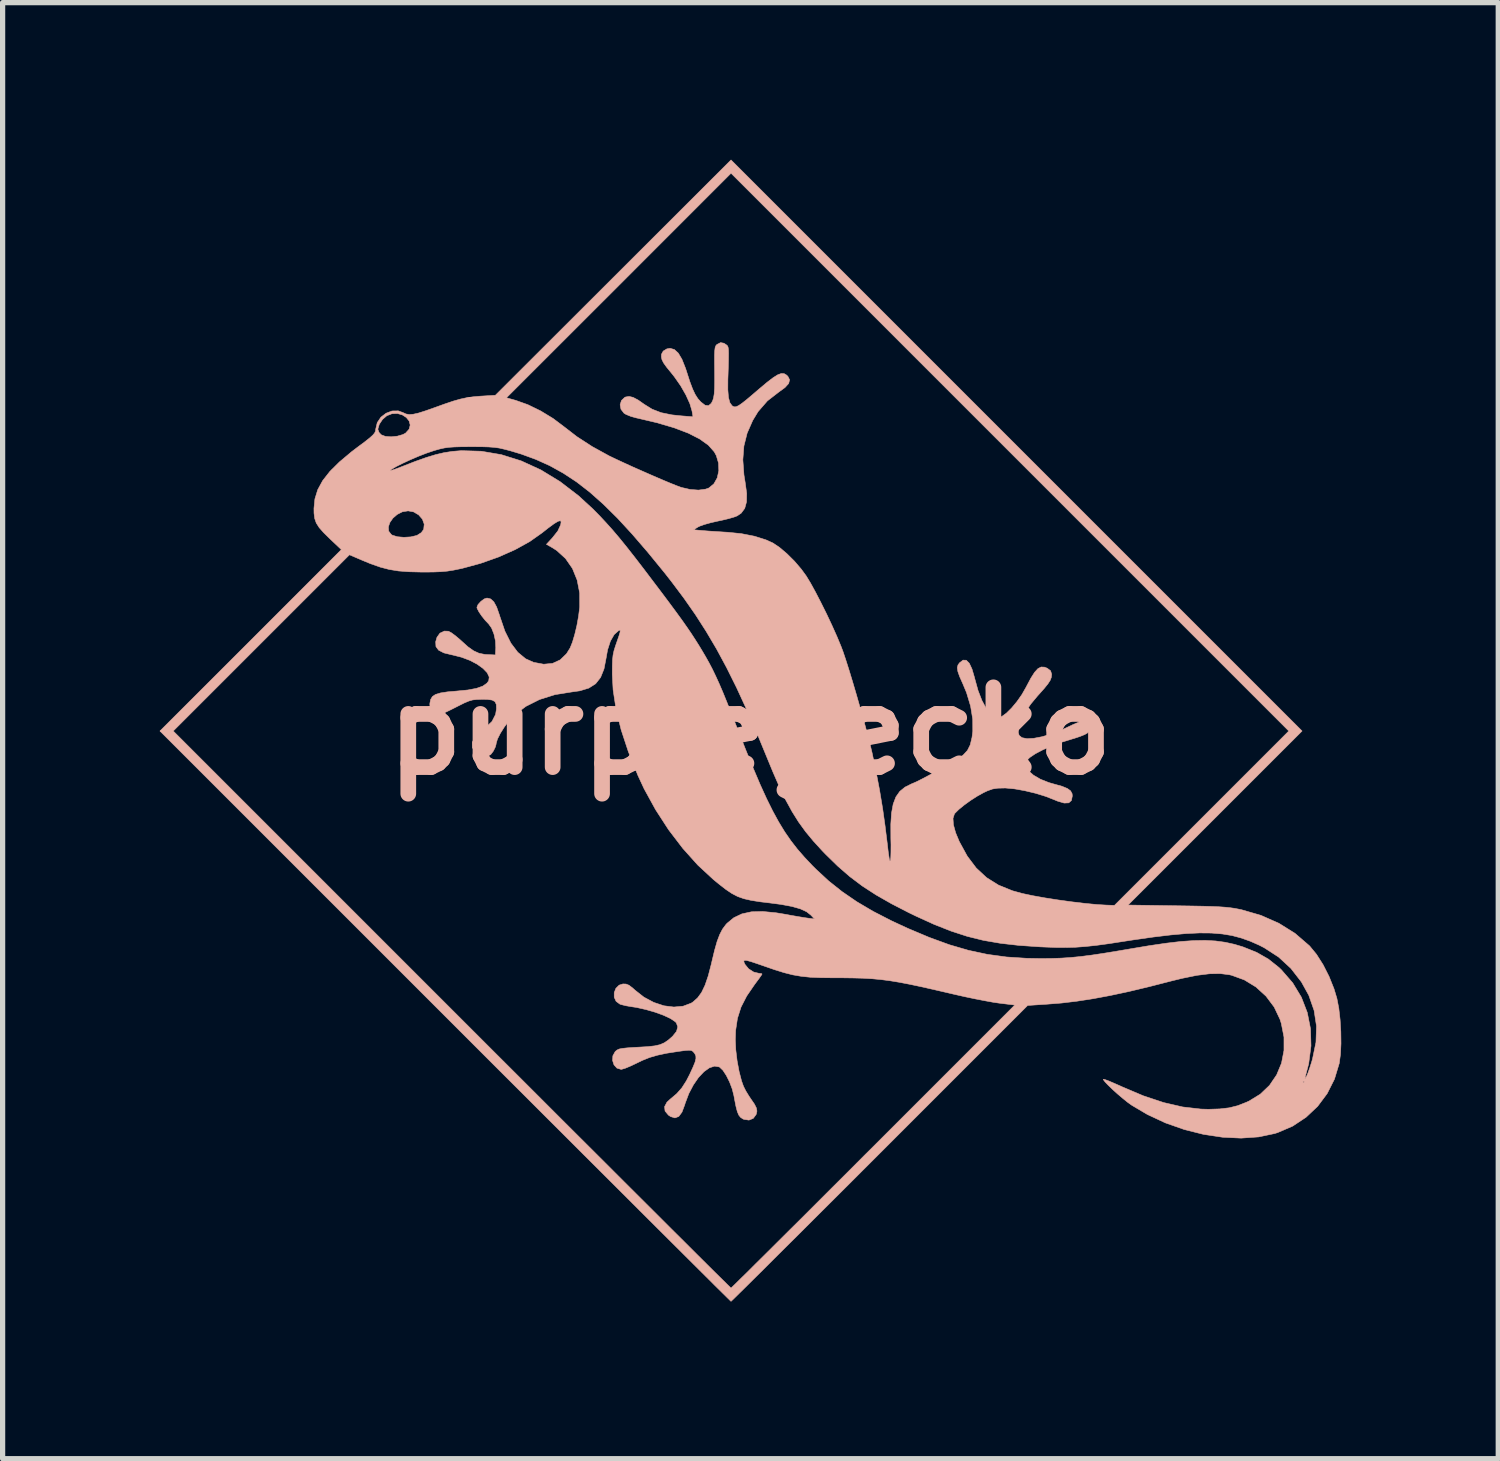
<source format=kicad_pcb>
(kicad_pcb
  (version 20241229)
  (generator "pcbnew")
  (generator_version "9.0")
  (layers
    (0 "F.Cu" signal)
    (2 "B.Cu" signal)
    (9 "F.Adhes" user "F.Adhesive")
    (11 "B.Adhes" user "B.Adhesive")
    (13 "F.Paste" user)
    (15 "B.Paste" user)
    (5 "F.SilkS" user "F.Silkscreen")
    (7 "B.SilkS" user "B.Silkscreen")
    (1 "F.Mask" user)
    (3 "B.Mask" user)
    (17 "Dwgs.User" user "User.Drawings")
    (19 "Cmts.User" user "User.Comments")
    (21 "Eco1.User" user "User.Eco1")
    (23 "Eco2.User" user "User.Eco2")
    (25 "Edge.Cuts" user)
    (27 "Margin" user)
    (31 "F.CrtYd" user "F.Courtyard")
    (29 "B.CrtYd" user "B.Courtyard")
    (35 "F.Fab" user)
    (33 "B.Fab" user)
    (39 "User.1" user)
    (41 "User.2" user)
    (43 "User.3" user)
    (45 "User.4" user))
  (footprint "purplegecko"
    (layer "F.Cu")
    (at 11.28 10.913)
    (property "Reference" "purplegecko" (at 0 0 0) (layer "B.SilkS") (effects (font (size 1.524 1.524) (thickness 0.3))))
    (attr through_hole)
    (fp_poly (pts (xy 5.087 -5.454) (xy 10.541 -0.00008) (xy 7.217 3.324) (xy 8.159 3.338) (xy 8.424 3.342) (xy 8.639 3.346) (xy 8.814 3.351) (xy 8.954 3.357) (xy 9.069 3.365) (xy 9.165 3.375) (xy 9.251 3.387) (xy 9.333 3.403) (xy 9.383 3.413) (xy 9.755 3.521) (xy 10.097 3.672) (xy 10.405 3.864) (xy 10.674 4.096) (xy 10.685 4.106) (xy 10.816 4.265) (xy 10.943 4.465) (xy 11.057 4.69) (xy 11.151 4.925) (xy 11.206 5.108) (xy 11.242 5.295) (xy 11.267 5.513) (xy 11.281 5.743) (xy 11.284 5.97) (xy 11.274 6.176) (xy 11.251 6.345) (xy 11.25 6.35) (xy 11.159 6.65) (xy 11.02 6.925) (xy 10.838 7.169) (xy 10.616 7.378) (xy 10.361 7.547) (xy 10.075 7.67) (xy 10.019 7.688) (xy 9.711 7.753) (xy 9.376 7.776) (xy 9.022 7.759) (xy 8.657 7.704) (xy 8.291 7.612) (xy 7.93 7.485) (xy 7.585 7.324) (xy 7.289 7.149) (xy 7.209 7.092) (xy 7.115 7.016) (xy 7.016 6.932) (xy 6.921 6.846) (xy 6.838 6.766) (xy 6.777 6.702) (xy 6.746 6.661) (xy 6.745 6.651) (xy 6.774 6.657) (xy 6.845 6.683) (xy 6.946 6.726) (xy 7.069 6.78) (xy 7.094 6.792) (xy 7.509 6.968) (xy 7.897 7.097) (xy 8.262 7.181) (xy 8.609 7.221) (xy 8.751 7.225) (xy 8.968 7.218) (xy 9.148 7.197) (xy 9.312 7.156) (xy 9.477 7.091) (xy 9.528 7.068) (xy 9.743 6.936) (xy 9.919 6.768) (xy 9.963 6.703) (xy 10.555 6.703) (xy 10.569 6.717) (xy 10.583 6.703) (xy 10.569 6.689) (xy 10.555 6.703) (xy 9.963 6.703) (xy 10.055 6.568) (xy 10.148 6.344) (xy 10.195 6.101) (xy 10.195 5.846) (xy 10.144 5.586) (xy 10.119 5.507) (xy 10.008 5.273) (xy 9.852 5.065) (xy 9.659 4.889) (xy 9.438 4.754) (xy 9.197 4.666) (xy 9.15 4.655) (xy 8.974 4.633) (xy 8.769 4.637) (xy 8.529 4.667) (xy 8.25 4.724) (xy 8.057 4.771) (xy 7.62 4.883) (xy 7.227 4.977) (xy 6.871 5.053) (xy 6.544 5.114) (xy 6.238 5.161) (xy 5.945 5.196) (xy 5.666 5.218) (xy 5.299 5.242) (xy 2.473 8.068) (xy 2.14 8.401) (xy 1.819 8.722) (xy 1.51 9.03) (xy 1.217 9.322) (xy 0.942 9.597) (xy 0.686 9.851) (xy 0.453 10.083) (xy 0.245 10.291) (xy 0.063 10.471) (xy -0.09 10.623) (xy -0.212 10.743) (xy -0.3 10.83) (xy -0.352 10.88) (xy -0.367 10.894) (xy -0.388 10.874) (xy -0.447 10.816) (xy -0.543 10.721) (xy -0.674 10.592) (xy -0.838 10.428) (xy -1.034 10.233) (xy -1.26 10.008) (xy -1.515 9.754) (xy -1.797 9.473) (xy -2.104 9.167) (xy -2.434 8.837) (xy -2.787 8.485) (xy -3.16 8.113) (xy -3.552 7.721) (xy -3.962 7.312) (xy -4.386 6.888) (xy -4.825 6.45) (xy -5.276 5.999) (xy -5.738 5.537) (xy -5.828 5.447) (xy -11.275 0.000059) (xy -11.275 0.000002) (xy -11.021 0.000002) (xy -5.701 5.32) (xy -5.243 5.778) (xy -4.795 6.226) (xy -4.359 6.661) (xy -3.937 7.083) (xy -3.531 7.489) (xy -3.141 7.878) (xy -2.77 8.248) (xy -2.419 8.599) (xy -2.09 8.927) (xy -1.785 9.231) (xy -1.505 9.511) (xy -1.251 9.763) (xy -1.027 9.987) (xy -0.832 10.181) (xy -0.669 10.343) (xy -0.539 10.471) (xy -0.444 10.565) (xy -0.386 10.621) (xy -0.367 10.64) (xy -0.346 10.62) (xy -0.287 10.563) (xy -0.193 10.47) (xy -0.065 10.345) (xy 0.092 10.188) (xy 0.278 10.004) (xy 0.49 9.793) (xy 0.726 9.558) (xy 0.984 9.302) (xy 1.26 9.026) (xy 1.553 8.733) (xy 1.861 8.426) (xy 2.18 8.106) (xy 2.35 7.937) (xy 5.053 5.234) (xy 4.763 5.199) (xy 4.646 5.182) (xy 4.487 5.153) (xy 4.3 5.117) (xy 4.1 5.075) (xy 3.9 5.03) (xy 3.866 5.022) (xy 3.552 4.949) (xy 3.284 4.888) (xy 3.053 4.839) (xy 2.851 4.8) (xy 2.669 4.77) (xy 2.499 4.748) (xy 2.33 4.732) (xy 2.156 4.722) (xy 1.967 4.717) (xy 1.755 4.714) (xy 1.586 4.714) (xy 1.346 4.711) (xy 1.146 4.703) (xy 0.973 4.685) (xy 0.811 4.657) (xy 0.645 4.615) (xy 0.459 4.557) (xy 0.295 4.5) (xy 0.13 4.443) (xy 0.013 4.404) (xy -0.065 4.383) (xy -0.108 4.379) (xy -0.123 4.392) (xy -0.117 4.422) (xy -0.099 4.459) (xy -0.031 4.542) (xy 0.066 4.604) (xy 0.166 4.628) (xy 0.168 4.628) (xy 0.215 4.634) (xy 0.226 4.641) (xy 0.21 4.668) (xy 0.168 4.728) (xy 0.107 4.81) (xy 0.084 4.841) (xy -0.068 5.063) (xy -0.176 5.274) (xy -0.244 5.488) (xy -0.279 5.721) (xy -0.285 5.898) (xy -0.276 6.089) (xy -0.251 6.297) (xy -0.213 6.501) (xy -0.166 6.683) (xy -0.129 6.786) (xy -0.086 6.872) (xy -0.025 6.972) (xy 0.009 7.023) (xy 0.08 7.126) (xy 0.117 7.2) (xy 0.128 7.26) (xy 0.115 7.318) (xy 0.113 7.324) (xy 0.058 7.399) (xy -0.024 7.432) (xy -0.12 7.418) (xy -0.142 7.408) (xy -0.185 7.379) (xy -0.219 7.336) (xy -0.247 7.269) (xy -0.273 7.169) (xy -0.301 7.026) (xy -0.311 6.969) (xy -0.344 6.837) (xy -0.395 6.703) (xy -0.457 6.579) (xy -0.522 6.48) (xy -0.585 6.42) (xy -0.592 6.416) (xy -0.681 6.401) (xy -0.78 6.433) (xy -0.885 6.508) (xy -0.989 6.619) (xy -1.086 6.76) (xy -1.173 6.925) (xy -1.242 7.108) (xy -1.252 7.142) (xy -1.304 7.28) (xy -1.365 7.362) (xy -1.438 7.39) (xy -1.522 7.364) (xy -1.563 7.336) (xy -1.627 7.259) (xy -1.636 7.175) (xy -1.591 7.09) (xy -1.533 7.036) (xy -1.405 6.928) (xy -1.306 6.816) (xy -1.22 6.682) (xy -1.158 6.562) (xy -1.094 6.423) (xy -1.054 6.325) (xy -1.037 6.255) (xy -1.039 6.205) (xy -1.059 6.163) (xy -1.072 6.146) (xy -1.097 6.118) (xy -1.126 6.102) (xy -1.169 6.097) (xy -1.241 6.102) (xy -1.352 6.117) (xy -1.386 6.122) (xy -1.599 6.155) (xy -1.771 6.192) (xy -1.92 6.235) (xy -2.06 6.291) (xy -2.182 6.35) (xy -2.29 6.401) (xy -2.386 6.441) (xy -2.453 6.461) (xy -2.467 6.463) (xy -2.546 6.439) (xy -2.602 6.377) (xy -2.629 6.294) (xy -2.624 6.204) (xy -2.58 6.124) (xy -2.574 6.118) (xy -2.543 6.093) (xy -2.503 6.074) (xy -2.442 6.062) (xy -2.349 6.052) (xy -2.216 6.043) (xy -2.139 6.039) (xy -1.961 6.029) (xy -1.827 6.014) (xy -1.724 5.991) (xy -1.641 5.955) (xy -1.566 5.904) (xy -1.485 5.833) (xy -1.484 5.832) (xy -1.408 5.738) (xy -1.384 5.65) (xy -1.412 5.574) (xy -1.432 5.553) (xy -1.522 5.492) (xy -1.655 5.43) (xy -1.817 5.371) (xy -1.994 5.32) (xy -2.172 5.28) (xy -2.272 5.265) (xy -2.372 5.248) (xy -2.461 5.226) (xy -2.489 5.217) (xy -2.562 5.163) (xy -2.598 5.085) (xy -2.598 4.997) (xy -2.566 4.915) (xy -2.504 4.854) (xy -2.432 4.831) (xy -2.372 4.833) (xy -2.315 4.856) (xy -2.246 4.909) (xy -2.203 4.948) (xy -2.03 5.084) (xy -1.842 5.184) (xy -1.649 5.248) (xy -1.459 5.272) (xy -1.282 5.256) (xy -1.128 5.198) (xy -1.093 5.175) (xy -1.005 5.097) (xy -0.929 4.993) (xy -0.863 4.855) (xy -0.802 4.677) (xy -0.743 4.45) (xy -0.733 4.406) (xy -0.681 4.189) (xy -0.633 4.02) (xy -0.583 3.888) (xy -0.53 3.785) (xy -0.468 3.701) (xy -0.443 3.673) (xy -0.313 3.566) (xy -0.16 3.493) (xy 0.023 3.453) (xy 0.239 3.447) (xy 0.495 3.472) (xy 0.635 3.495) (xy 0.778 3.521) (xy 0.916 3.545) (xy 1.031 3.564) (xy 1.087 3.572) (xy 1.228 3.591) (xy 1.16 3.518) (xy 1.077 3.452) (xy 0.958 3.397) (xy 0.797 3.351) (xy 0.588 3.312) (xy 0.405 3.288) (xy 0.19 3.262) (xy 0.019 3.235) (xy -0.121 3.203) (xy -0.24 3.161) (xy -0.351 3.103) (xy -0.467 3.025) (xy -0.599 2.922) (xy -0.705 2.835) (xy -1.001 2.561) (xy -1.288 2.241) (xy -1.56 1.885) (xy -1.808 1.502) (xy -2.027 1.103) (xy -2.146 0.847) (xy -2.328 0.395) (xy -2.466 -0.024) (xy -2.563 -0.417) (xy -2.619 -0.785) (xy -2.635 -1.087) (xy -2.634 -1.243) (xy -2.63 -1.359) (xy -2.62 -1.451) (xy -2.602 -1.535) (xy -2.573 -1.628) (xy -2.548 -1.7) (xy -2.508 -1.815) (xy -2.487 -1.885) (xy -2.483 -1.92) (xy -2.496 -1.926) (xy -2.512 -1.919) (xy -2.599 -1.842) (xy -2.671 -1.717) (xy -2.725 -1.55) (xy -2.752 -1.397) (xy -2.793 -1.186) (xy -2.858 -1.024) (xy -2.953 -0.903) (xy -3.083 -0.82) (xy -3.254 -0.768) (xy -3.404 -0.747) (xy -3.728 -0.695) (xy -4.024 -0.602) (xy -4.285 -0.471) (xy -4.506 -0.303) (xy -4.521 -0.289) (xy -4.611 -0.191) (xy -4.698 -0.075) (xy -4.773 0.044) (xy -4.828 0.153) (xy -4.853 0.238) (xy -4.854 0.251) (xy -4.868 0.304) (xy -4.903 0.376) (xy -4.91 0.388) (xy -4.958 0.451) (xy -5.015 0.476) (xy -5.075 0.48) (xy -5.174 0.464) (xy -5.249 0.409) (xy -5.307 0.316) (xy -5.309 0.217) (xy -5.256 0.113) (xy -5.147 0.002) (xy -5.053 -0.069) (xy -4.933 -0.182) (xy -4.864 -0.317) (xy -4.847 -0.423) (xy -4.85 -0.507) (xy -4.875 -0.561) (xy -4.93 -0.591) (xy -5.024 -0.604) (xy -5.126 -0.605) (xy -5.223 -0.602) (xy -5.3 -0.594) (xy -5.374 -0.573) (xy -5.46 -0.537) (xy -5.574 -0.48) (xy -5.619 -0.457) (xy -5.736 -0.398) (xy -5.836 -0.35) (xy -5.908 -0.32) (xy -5.938 -0.31) (xy -5.985 -0.327) (xy -6.047 -0.367) (xy -6.051 -0.37) (xy -6.105 -0.427) (xy -6.12 -0.495) (xy -6.119 -0.53) (xy -6.104 -0.603) (xy -6.071 -0.658) (xy -6.012 -0.698) (xy -5.918 -0.727) (xy -5.782 -0.748) (xy -5.608 -0.763) (xy -5.393 -0.784) (xy -5.229 -0.815) (xy -5.11 -0.857) (xy -5.03 -0.913) (xy -4.995 -0.96) (xy -4.986 -1.032) (xy -5.024 -1.113) (xy -5.103 -1.195) (xy -5.215 -1.276) (xy -5.354 -1.349) (xy -5.513 -1.409) (xy -5.683 -1.452) (xy -5.699 -1.455) (xy -5.851 -1.492) (xy -5.952 -1.544) (xy -6.003 -1.613) (xy -6.008 -1.705) (xy -5.984 -1.789) (xy -5.927 -1.869) (xy -5.841 -1.909) (xy -5.765 -1.906) (xy -5.711 -1.878) (xy -5.633 -1.821) (xy -5.544 -1.746) (xy -5.52 -1.724) (xy -5.391 -1.608) (xy -5.282 -1.531) (xy -5.18 -1.485) (xy -5.07 -1.463) (xy -5.016 -1.46) (xy -4.868 -1.453) (xy -4.86 -1.589) (xy -4.866 -1.719) (xy -4.895 -1.852) (xy -4.941 -1.968) (xy -4.999 -2.049) (xy -5.001 -2.05) (xy -5.062 -2.114) (xy -5.126 -2.194) (xy -5.181 -2.274) (xy -5.215 -2.339) (xy -5.221 -2.362) (xy -5.199 -2.416) (xy -5.145 -2.475) (xy -5.081 -2.523) (xy -5.028 -2.54) (xy -4.958 -2.523) (xy -4.898 -2.468) (xy -4.844 -2.369) (xy -4.792 -2.22) (xy -4.782 -2.188) (xy -4.686 -1.907) (xy -4.572 -1.679) (xy -4.44 -1.504) (xy -4.29 -1.38) (xy -4.138 -1.312) (xy -3.945 -1.276) (xy -3.775 -1.292) (xy -3.63 -1.359) (xy -3.509 -1.476) (xy -3.44 -1.587) (xy -3.396 -1.696) (xy -3.352 -1.844) (xy -3.311 -2.015) (xy -3.279 -2.193) (xy -3.258 -2.36) (xy -3.257 -2.371) (xy -3.258 -2.637) (xy -3.306 -2.883) (xy -3.396 -3.105) (xy -3.528 -3.295) (xy -3.697 -3.449) (xy -3.784 -3.504) (xy -3.893 -3.566) (xy -3.78 -3.688) (xy -3.675 -3.821) (xy -3.621 -3.938) (xy -3.612 -3.996) (xy -3.626 -4.017) (xy -3.671 -4.006) (xy -3.747 -3.96) (xy -3.86 -3.877) (xy -3.979 -3.783) (xy -4.213 -3.618) (xy -4.492 -3.464) (xy -4.807 -3.324) (xy -5.146 -3.204) (xy -5.498 -3.108) (xy -5.535 -3.1) (xy -5.666 -3.073) (xy -5.786 -3.054) (xy -5.912 -3.043) (xy -6.059 -3.037) (xy -6.245 -3.036) (xy -6.279 -3.036) (xy -6.518 -3.042) (xy -6.718 -3.057) (xy -6.896 -3.086) (xy -7.068 -3.131) (xy -7.253 -3.196) (xy -7.415 -3.263) (xy -7.655 -3.366) (xy -11.021 0.000002) (xy -11.275 0.000002) (xy -9.542 -1.732) (xy -7.81 -3.465) (xy -8.028 -3.671) (xy -8.15 -3.791) (xy -8.235 -3.888) (xy -8.241 -3.898) (xy -6.912 -3.898) (xy -6.906 -3.818) (xy -6.858 -3.755) (xy -6.837 -3.741) (xy -6.741 -3.711) (xy -6.616 -3.7) (xy -6.484 -3.708) (xy -6.371 -3.735) (xy -6.363 -3.738) (xy -6.283 -3.789) (xy -6.237 -3.852) (xy -6.227 -3.951) (xy -6.262 -4.047) (xy -6.334 -4.129) (xy -6.431 -4.186) (xy -6.535 -4.205) (xy -6.645 -4.187) (xy -6.743 -4.137) (xy -6.825 -4.066) (xy -6.883 -3.983) (xy -6.912 -3.898) (xy -8.241 -3.898) (xy -8.289 -3.973) (xy -8.319 -4.06) (xy -8.332 -4.161) (xy -8.333 -4.253) (xy -8.315 -4.434) (xy -8.261 -4.609) (xy -8.167 -4.782) (xy -8.03 -4.957) (xy -8.003 -4.984) (xy -6.872 -4.984) (xy -6.871 -4.976) (xy -6.826 -4.987) (xy -6.745 -5.015) (xy -6.647 -5.053) (xy -6.398 -5.15) (xy -6.189 -5.224) (xy -6.009 -5.279) (xy -5.847 -5.317) (xy -5.691 -5.341) (xy -5.532 -5.354) (xy -5.517 -5.355) (xy -5.136 -5.344) (xy -4.755 -5.279) (xy -4.375 -5.16) (xy -4 -4.988) (xy -3.634 -4.765) (xy -3.279 -4.493) (xy -3.005 -4.241) (xy -2.876 -4.11) (xy -2.754 -3.979) (xy -2.63 -3.841) (xy -2.501 -3.689) (xy -2.36 -3.515) (xy -2.202 -3.314) (xy -2.02 -3.077) (xy -1.902 -2.921) (xy -1.712 -2.67) (xy -1.553 -2.458) (xy -1.419 -2.277) (xy -1.307 -2.123) (xy -1.212 -1.988) (xy -1.129 -1.867) (xy -1.055 -1.753) (xy -0.984 -1.641) (xy -0.93 -1.552) (xy -0.855 -1.425) (xy -0.787 -1.304) (xy -0.723 -1.182) (xy -0.66 -1.051) (xy -0.593 -0.904) (xy -0.52 -0.734) (xy -0.438 -0.532) (xy -0.342 -0.292) (xy -0.239 -0.028) (xy -0.082 0.369) (xy 0.06 0.717) (xy 0.19 1.023) (xy 0.312 1.291) (xy 0.429 1.527) (xy 0.543 1.736) (xy 0.657 1.923) (xy 0.775 2.094) (xy 0.9 2.255) (xy 1.034 2.409) (xy 1.18 2.564) (xy 1.255 2.639) (xy 1.498 2.864) (xy 1.756 3.069) (xy 2.036 3.261) (xy 2.348 3.445) (xy 2.7 3.626) (xy 3.006 3.768) (xy 3.419 3.942) (xy 3.803 4.082) (xy 4.169 4.189) (xy 4.529 4.266) (xy 4.895 4.316) (xy 5.279 4.341) (xy 5.556 4.346) (xy 5.752 4.344) (xy 5.937 4.338) (xy 6.12 4.326) (xy 6.313 4.307) (xy 6.524 4.28) (xy 6.763 4.244) (xy 7.042 4.198) (xy 7.253 4.162) (xy 7.623 4.1) (xy 7.944 4.053) (xy 8.225 4.02) (xy 8.471 4.003) (xy 8.69 3.999) (xy 8.888 4.01) (xy 9.072 4.035) (xy 9.248 4.074) (xy 9.411 4.123) (xy 9.673 4.228) (xy 9.897 4.356) (xy 10.098 4.516) (xy 10.146 4.562) (xy 10.362 4.811) (xy 10.527 5.084) (xy 10.64 5.377) (xy 10.702 5.688) (xy 10.711 6.015) (xy 10.667 6.354) (xy 10.598 6.618) (xy 10.594 6.642) (xy 10.614 6.616) (xy 10.622 6.603) (xy 10.648 6.545) (xy 10.683 6.448) (xy 10.721 6.33) (xy 10.74 6.264) (xy 10.806 5.945) (xy 10.816 5.636) (xy 10.77 5.337) (xy 10.669 5.048) (xy 10.528 4.793) (xy 10.327 4.534) (xy 10.093 4.318) (xy 9.818 4.14) (xy 9.723 4.091) (xy 9.551 4.015) (xy 9.38 3.954) (xy 9.204 3.907) (xy 9.016 3.876) (xy 8.81 3.859) (xy 8.582 3.857) (xy 8.325 3.869) (xy 8.033 3.895) (xy 7.7 3.935) (xy 7.322 3.989) (xy 7.126 4.019) (xy 6.848 4.062) (xy 6.612 4.094) (xy 6.405 4.116) (xy 6.216 4.13) (xy 6.03 4.135) (xy 5.835 4.134) (xy 5.619 4.126) (xy 5.529 4.122) (xy 5.135 4.095) (xy 4.782 4.055) (xy 4.456 3.999) (xy 4.145 3.922) (xy 3.835 3.821) (xy 3.513 3.694) (xy 3.164 3.535) (xy 3.034 3.472) (xy 2.696 3.298) (xy 2.402 3.13) (xy 2.14 2.96) (xy 1.9 2.779) (xy 1.67 2.579) (xy 1.439 2.353) (xy 1.378 2.29) (xy 1.208 2.104) (xy 1.058 1.923) (xy 0.924 1.738) (xy 0.8 1.54) (xy 0.68 1.321) (xy 0.56 1.072) (xy 0.434 0.783) (xy 0.338 0.55) (xy 0.13 0.045) (xy -0.069 -0.412) (xy -0.261 -0.829) (xy -0.451 -1.211) (xy -0.643 -1.567) (xy -0.841 -1.902) (xy -1.047 -2.223) (xy -1.267 -2.538) (xy -1.504 -2.854) (xy -1.634 -3.02) (xy -1.956 -3.414) (xy -2.255 -3.761) (xy -2.536 -4.066) (xy -2.804 -4.331) (xy -3.063 -4.561) (xy -3.317 -4.758) (xy -3.571 -4.925) (xy -3.829 -5.068) (xy -4.095 -5.188) (xy -4.374 -5.29) (xy -4.587 -5.354) (xy -4.699 -5.383) (xy -4.795 -5.405) (xy -4.889 -5.418) (xy -4.996 -5.426) (xy -5.128 -5.43) (xy -5.301 -5.431) (xy -5.334 -5.431) (xy -5.513 -5.43) (xy -5.649 -5.426) (xy -5.755 -5.419) (xy -5.845 -5.406) (xy -5.931 -5.387) (xy -6.027 -5.36) (xy -6.052 -5.352) (xy -6.185 -5.307) (xy -6.337 -5.248) (xy -6.493 -5.181) (xy -6.64 -5.113) (xy -6.765 -5.05) (xy -6.854 -4.997) (xy -6.872 -4.984) (xy -8.003 -4.984) (xy -7.847 -5.139) (xy -7.616 -5.333) (xy -7.494 -5.426) (xy -7.362 -5.524) (xy -7.27 -5.597) (xy -7.21 -5.651) (xy -7.175 -5.692) (xy -7.158 -5.729) (xy -7.154 -5.762) (xy -7.112 -5.762) (xy -7.09 -5.703) (xy -7.048 -5.658) (xy -6.969 -5.628) (xy -6.859 -5.62) (xy -6.741 -5.632) (xy -6.634 -5.663) (xy -6.582 -5.691) (xy -6.515 -5.766) (xy -6.495 -5.845) (xy -6.515 -5.921) (xy -6.568 -5.988) (xy -6.645 -6.038) (xy -6.739 -6.065) (xy -6.842 -6.061) (xy -6.942 -6.022) (xy -7.023 -5.952) (xy -7.085 -5.86) (xy -7.112 -5.769) (xy -7.112 -5.762) (xy -7.154 -5.762) (xy -7.153 -5.768) (xy -7.153 -5.769) (xy -7.124 -5.891) (xy -7.055 -5.994) (xy -6.956 -6.07) (xy -6.842 -6.113) (xy -6.722 -6.115) (xy -6.632 -6.082) (xy -6.575 -6.056) (xy -6.513 -6.045) (xy -6.436 -6.051) (xy -6.334 -6.074) (xy -6.199 -6.117) (xy -6.032 -6.176) (xy -5.832 -6.248) (xy -5.672 -6.302) (xy -5.538 -6.34) (xy -5.423 -6.365) (xy -4.656 -6.365) (xy -4.48 -6.316) (xy -4.247 -6.233) (xy -4.003 -6.114) (xy -3.766 -5.97) (xy -3.564 -5.818) (xy -3.31 -5.622) (xy -3.017 -5.432) (xy -2.704 -5.26) (xy -2.693 -5.254) (xy -2.572 -5.196) (xy -2.421 -5.126) (xy -2.249 -5.047) (xy -2.065 -4.966) (xy -1.881 -4.885) (xy -1.705 -4.809) (xy -1.548 -4.743) (xy -1.42 -4.691) (xy -1.331 -4.658) (xy -1.317 -4.653) (xy -1.149 -4.614) (xy -0.988 -4.602) (xy -0.852 -4.62) (xy -0.789 -4.643) (xy -0.694 -4.722) (xy -0.63 -4.836) (xy -0.6 -4.973) (xy -0.606 -5.119) (xy -0.648 -5.261) (xy -0.688 -5.334) (xy -0.8 -5.46) (xy -0.965 -5.578) (xy -1.182 -5.689) (xy -1.454 -5.792) (xy -1.78 -5.888) (xy -2.162 -5.978) (xy -2.178 -5.981) (xy -2.281 -6.01) (xy -2.372 -6.047) (xy -2.411 -6.071) (xy -2.469 -6.146) (xy -2.485 -6.232) (xy -2.46 -6.313) (xy -2.398 -6.372) (xy -2.381 -6.38) (xy -2.314 -6.391) (xy -2.237 -6.373) (xy -2.141 -6.322) (xy -2.024 -6.24) (xy -1.874 -6.147) (xy -1.703 -6.081) (xy -1.498 -6.039) (xy -1.33 -6.021) (xy -1.093 -6.002) (xy -1.112 -6.113) (xy -1.153 -6.253) (xy -1.228 -6.418) (xy -1.329 -6.595) (xy -1.45 -6.768) (xy -1.508 -6.841) (xy -1.598 -6.951) (xy -1.655 -7.031) (xy -1.686 -7.093) (xy -1.697 -7.146) (xy -1.695 -7.197) (xy -1.662 -7.257) (xy -1.593 -7.299) (xy -1.531 -7.31) (xy -1.449 -7.287) (xy -1.374 -7.218) (xy -1.304 -7.1) (xy -1.236 -6.929) (xy -1.212 -6.855) (xy -1.153 -6.672) (xy -1.101 -6.534) (xy -1.052 -6.43) (xy -1.001 -6.35) (xy -0.944 -6.286) (xy -0.863 -6.223) (xy -0.797 -6.214) (xy -0.744 -6.259) (xy -0.717 -6.311) (xy -0.7 -6.365) (xy -0.688 -6.44) (xy -0.681 -6.543) (xy -0.679 -6.684) (xy -0.68 -6.873) (xy -0.68 -6.879) (xy -0.682 -7.053) (xy -0.682 -7.179) (xy -0.678 -7.266) (xy -0.671 -7.322) (xy -0.659 -7.356) (xy -0.642 -7.378) (xy -0.634 -7.384) (xy -0.566 -7.419) (xy -0.502 -7.407) (xy -0.464 -7.382) (xy -0.445 -7.368) (xy -0.431 -7.352) (xy -0.422 -7.326) (xy -0.416 -7.283) (xy -0.414 -7.216) (xy -0.415 -7.117) (xy -0.418 -6.979) (xy -0.424 -6.795) (xy -0.427 -6.717) (xy -0.428 -6.52) (xy -0.416 -6.373) (xy -0.389 -6.272) (xy -0.347 -6.213) (xy -0.32 -6.197) (xy -0.293 -6.191) (xy -0.261 -6.197) (xy -0.217 -6.219) (xy -0.156 -6.261) (xy -0.071 -6.328) (xy 0.044 -6.425) (xy 0.17 -6.533) (xy 0.32 -6.659) (xy 0.436 -6.748) (xy 0.525 -6.804) (xy 0.593 -6.829) (xy 0.648 -6.826) (xy 0.695 -6.798) (xy 0.72 -6.773) (xy 0.752 -6.709) (xy 0.734 -6.638) (xy 0.663 -6.56) (xy 0.55 -6.478) (xy 0.328 -6.306) (xy 0.15 -6.101) (xy 0.048 -5.933) (xy -0.059 -5.69) (xy -0.121 -5.443) (xy -0.141 -5.181) (xy -0.12 -4.893) (xy -0.096 -4.744) (xy -0.068 -4.539) (xy -0.071 -4.377) (xy -0.105 -4.253) (xy -0.173 -4.161) (xy -0.25 -4.109) (xy -0.311 -4.086) (xy -0.411 -4.057) (xy -0.536 -4.027) (xy -0.621 -4.009) (xy -0.753 -3.979) (xy -0.872 -3.946) (xy -0.962 -3.914) (xy -0.997 -3.897) (xy -1.082 -3.844) (xy -0.901 -3.828) (xy -0.789 -3.819) (xy -0.646 -3.81) (xy -0.495 -3.8) (xy -0.436 -3.797) (xy -0.17 -3.77) (xy 0.08 -3.721) (xy 0.299 -3.652) (xy 0.432 -3.592) (xy 0.558 -3.508) (xy 0.7 -3.388) (xy 0.843 -3.246) (xy 0.974 -3.093) (xy 1.069 -2.963) (xy 1.151 -2.828) (xy 1.247 -2.653) (xy 1.352 -2.45) (xy 1.46 -2.233) (xy 1.563 -2.014) (xy 1.656 -1.806) (xy 1.733 -1.621) (xy 1.772 -1.518) (xy 1.825 -1.36) (xy 1.889 -1.159) (xy 1.959 -0.928) (xy 2.033 -0.677) (xy 2.106 -0.42) (xy 2.177 -0.169) (xy 2.24 0.066) (xy 2.293 0.271) (xy 2.326 0.409) (xy 2.4 0.759) (xy 2.47 1.126) (xy 2.53 1.488) (xy 2.577 1.821) (xy 2.58 1.849) (xy 2.599 2) (xy 2.617 2.145) (xy 2.631 2.266) (xy 2.641 2.348) (xy 2.642 2.349) (xy 2.656 2.444) (xy 2.668 2.484) (xy 2.678 2.475) (xy 2.685 2.417) (xy 2.688 2.316) (xy 2.689 2.173) (xy 2.686 2.044) (xy 2.685 1.78) (xy 2.699 1.566) (xy 2.731 1.394) (xy 2.783 1.258) (xy 2.857 1.153) (xy 2.956 1.072) (xy 3.082 1.009) (xy 3.093 1.005) (xy 3.178 0.968) (xy 3.295 0.909) (xy 3.434 0.835) (xy 3.584 0.753) (xy 3.732 0.668) (xy 3.868 0.588) (xy 3.98 0.519) (xy 4.057 0.467) (xy 4.071 0.455) (xy 4.149 0.371) (xy 4.202 0.265) (xy 4.236 0.123) (xy 4.251 0.007) (xy 4.25 -0.224) (xy 4.209 -0.476) (xy 4.131 -0.735) (xy 4.062 -0.9) (xy 4.001 -1.037) (xy 3.966 -1.136) (xy 3.955 -1.207) (xy 3.968 -1.261) (xy 3.998 -1.303) (xy 4.065 -1.354) (xy 4.127 -1.352) (xy 4.184 -1.295) (xy 4.236 -1.184) (xy 4.285 -1.017) (xy 4.289 -0.999) (xy 4.351 -0.775) (xy 4.425 -0.584) (xy 4.507 -0.433) (xy 4.593 -0.324) (xy 4.682 -0.265) (xy 4.737 -0.254) (xy 4.806 -0.278) (xy 4.894 -0.342) (xy 4.992 -0.439) (xy 5.093 -0.56) (xy 5.188 -0.695) (xy 5.269 -0.837) (xy 5.274 -0.847) (xy 5.36 -1.009) (xy 5.432 -1.122) (xy 5.496 -1.192) (xy 5.557 -1.223) (xy 5.621 -1.22) (xy 5.672 -1.2) (xy 5.737 -1.151) (xy 5.757 -1.086) (xy 5.757 -1.078) (xy 5.751 -1.025) (xy 5.73 -0.969) (xy 5.686 -0.901) (xy 5.615 -0.813) (xy 5.511 -0.696) (xy 5.489 -0.672) (xy 5.359 -0.516) (xy 5.253 -0.36) (xy 5.176 -0.212) (xy 5.13 -0.081) (xy 5.12 0.027) (xy 5.136 0.083) (xy 5.19 0.127) (xy 5.286 0.146) (xy 5.417 0.139) (xy 5.574 0.109) (xy 5.75 0.057) (xy 5.939 -0.016) (xy 6.056 -0.071) (xy 6.17 -0.125) (xy 6.27 -0.167) (xy 6.343 -0.193) (xy 6.368 -0.198) (xy 6.441 -0.175) (xy 6.482 -0.12) (xy 6.488 -0.048) (xy 6.453 0.024) (xy 6.439 0.039) (xy 6.388 0.068) (xy 6.299 0.104) (xy 6.188 0.141) (xy 6.149 0.152) (xy 5.948 0.214) (xy 5.759 0.284) (xy 5.589 0.359) (xy 5.446 0.434) (xy 5.339 0.506) (xy 5.275 0.569) (xy 5.263 0.593) (xy 5.265 0.676) (xy 5.316 0.761) (xy 5.411 0.844) (xy 5.543 0.921) (xy 5.705 0.985) (xy 5.806 1.014) (xy 5.956 1.056) (xy 6.058 1.098) (xy 6.119 1.143) (xy 6.148 1.197) (xy 6.152 1.241) (xy 6.135 1.327) (xy 6.084 1.372) (xy 5.996 1.376) (xy 5.87 1.339) (xy 5.81 1.314) (xy 5.644 1.249) (xy 5.449 1.189) (xy 5.244 1.14) (xy 5.048 1.105) (xy 4.88 1.089) (xy 4.852 1.089) (xy 4.727 1.092) (xy 4.63 1.107) (xy 4.536 1.14) (xy 4.457 1.177) (xy 4.338 1.243) (xy 4.21 1.325) (xy 4.088 1.413) (xy 3.984 1.498) (xy 3.912 1.569) (xy 3.9 1.585) (xy 3.873 1.669) (xy 3.881 1.79) (xy 3.923 1.943) (xy 3.993 2.111) (xy 4.145 2.389) (xy 4.317 2.617) (xy 4.514 2.8) (xy 4.742 2.943) (xy 5.008 3.051) (xy 5.196 3.103) (xy 5.394 3.145) (xy 5.628 3.187) (xy 5.884 3.227) (xy 6.146 3.263) (xy 6.4 3.293) (xy 6.629 3.315) (xy 6.82 3.326) (xy 6.83 3.326) (xy 6.957 3.33) (xy 8.622 1.665) (xy 10.287 -0.00008) (xy 4.96 -5.327) (xy -0.367 -10.654) (xy -2.511 -8.509) (xy -4.656 -6.365) (xy -5.423 -6.365) (xy -5.418 -6.366) (xy -5.3 -6.383) (xy -5.17 -6.395) (xy -5.122 -6.398) (xy -4.868 -6.413) (xy -2.618 -8.66) (xy -0.367 -10.908) (xy 5.087 -5.454)) (stroke (width 0.01) (type solid)) (fill yes) (layer "B.SilkS")))
  (gr_rect
    (start -3 -3)
    (end 25.568 24.812)
    (stroke (width 0.1) (type default))
    (fill no)
    (layer "Edge.Cuts")))
</source>
